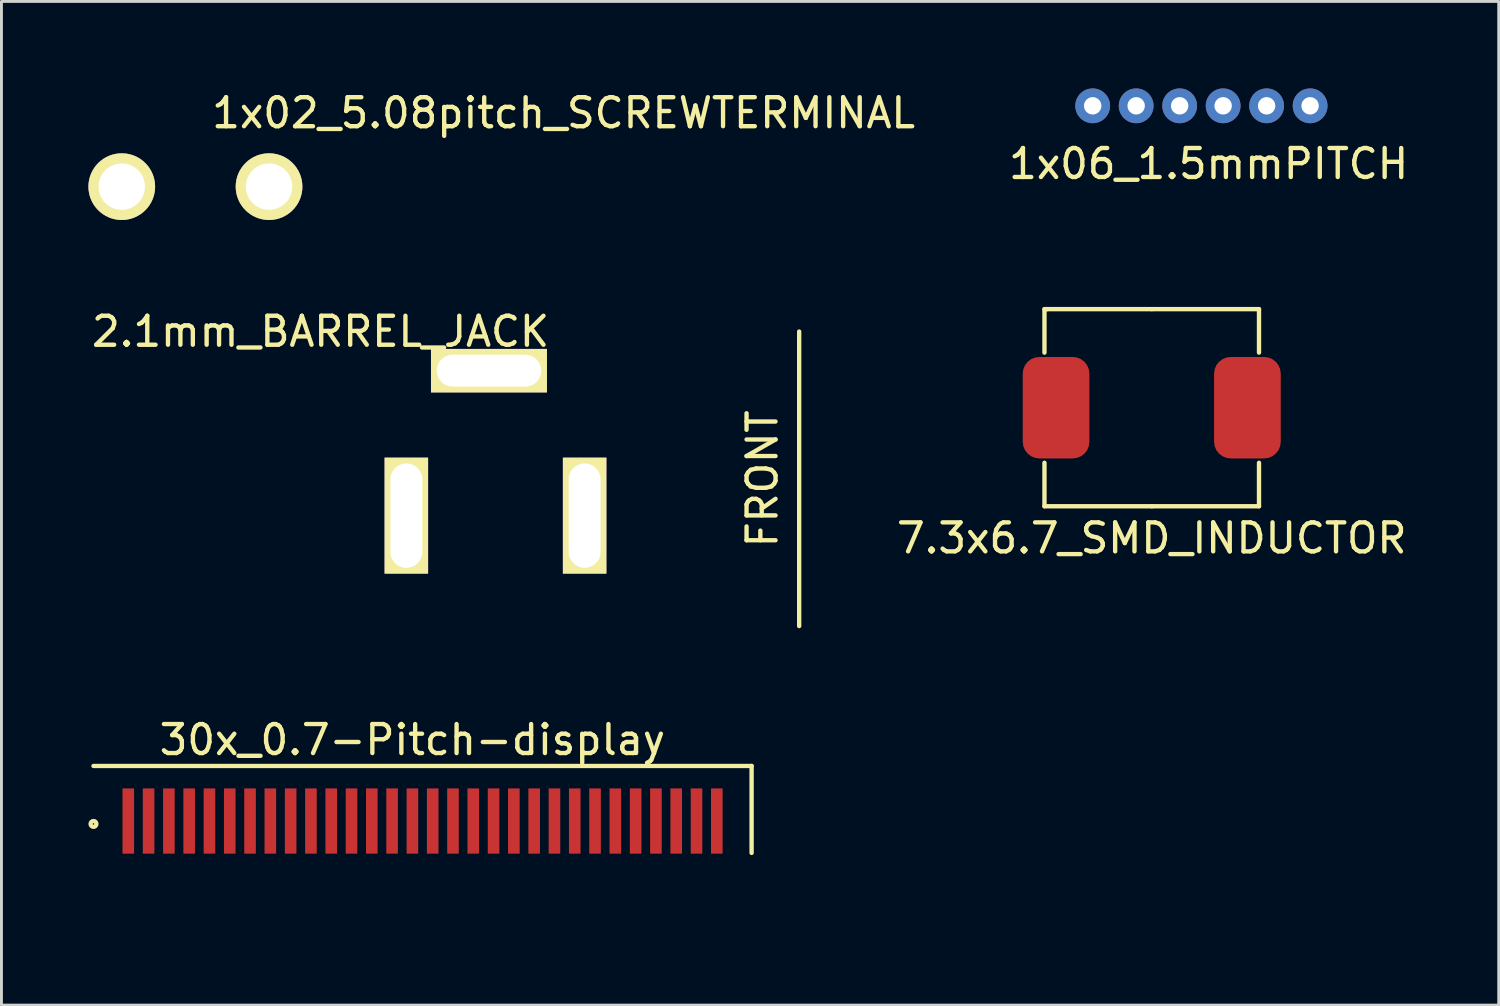
<source format=kicad_pcb>
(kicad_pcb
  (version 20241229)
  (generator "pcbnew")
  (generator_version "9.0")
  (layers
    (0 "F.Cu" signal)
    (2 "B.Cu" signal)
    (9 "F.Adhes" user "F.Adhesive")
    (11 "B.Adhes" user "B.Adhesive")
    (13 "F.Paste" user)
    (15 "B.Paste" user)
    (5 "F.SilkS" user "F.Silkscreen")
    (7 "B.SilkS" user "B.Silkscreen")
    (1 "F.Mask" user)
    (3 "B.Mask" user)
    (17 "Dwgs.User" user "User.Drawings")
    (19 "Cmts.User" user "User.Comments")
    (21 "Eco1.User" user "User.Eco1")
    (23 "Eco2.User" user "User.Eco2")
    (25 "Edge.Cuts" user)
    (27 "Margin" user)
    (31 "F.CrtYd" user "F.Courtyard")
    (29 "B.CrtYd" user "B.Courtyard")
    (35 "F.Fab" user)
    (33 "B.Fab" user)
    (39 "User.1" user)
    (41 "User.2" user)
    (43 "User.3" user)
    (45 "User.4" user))
  (footprint "1x06_1.5mmPITCH"
    (layer "F.Cu")
    (at 38.64 1.1)
    (property "Reference" "1x06_1.5mmPITCH" (at 0 1.5 0) (layer "F.SilkS") (effects (font (size 1 1) (thickness 0.15))))
    (attr through_hole)
    (pad "1" thru_hole circle (at -4 -0.5) (size 1.2 1.2) (drill 0.6) (layers "*.Cu" "*.Mask"))
    (pad "2" thru_hole circle (at -2.5 -0.5) (size 1.2 1.2) (drill 0.6) (layers "*.Cu" "*.Mask"))
    (pad "3" thru_hole circle (at -1 -0.5) (size 1.2 1.2) (drill 0.6) (layers "*.Cu" "*.Mask"))
    (pad "4" thru_hole circle (at 0.5 -0.5) (size 1.2 1.2) (drill 0.6) (layers "*.Cu" "*.Mask"))
    (pad "5" thru_hole circle (at 2 -0.5) (size 1.2 1.2) (drill 0.6) (layers "*.Cu" "*.Mask"))
    (pad "6" thru_hole circle (at 3.5 -0.5) (size 1.2 1.2) (drill 0.6) (layers "*.Cu" "*.Mask")))
  (footprint "2.1mm_BARREL_JACK"
    (layer "F.Cu")
    (at 24.516 14.736)
    (property "Reference" "2.1mm_BARREL_JACK" (at -16.51 -6.35 0) (layer "F.SilkS") (effects (font (size 1 1) (thickness 0.15))))
    (attr through_hole)
    (fp_line (start 0 -6.35) (end 0 3.81) (stroke (width 0.15) (type solid)) (layer "F.SilkS"))
    (fp_text user "FRONT" (at -1.27 -1.27 90) (layer "F.SilkS") (effects (font (size 1 1) (thickness 0.15))))
    (pad "1" thru_hole rect (at -13.55 0) (size 1.5 4) (drill oval 1.1 3.6) (layers "*.Cu" "*.Mask" "F.SilkS"))
    (pad "2" thru_hole rect (at -7.4 0) (size 1.5 4) (drill oval 1.1 3.6) (layers "*.Cu" "*.Mask" "F.SilkS"))
    (pad "3" thru_hole rect (at -10.7 -5 90) (size 1.5 4) (drill oval 1.1 3.6) (layers "*.Cu" "*.Mask" "F.SilkS")))
  (footprint "7.3x6.7_SMD_INDUCTOR"
    (layer "F.Cu")
    (at 36.677 11.013)
    (property "Reference" "7.3x6.7_SMD_INDUCTOR" (at 0 4.5 0) (layer "F.SilkS") (effects (font (size 1 1) (thickness 0.15))))
    (attr through_hole)
    (fp_line (start -3.7 -3.4) (end -3.7 -1.9) (stroke (width 0.15) (type solid)) (layer "F.SilkS"))
    (fp_line (start -3.7 3.4) (end -3.7 1.9) (stroke (width 0.15) (type solid)) (layer "F.SilkS"))
    (fp_line (start -3.6 -3.4) (end -3.7 -3.4) (stroke (width 0.15) (type solid)) (layer "F.SilkS"))
    (fp_line (start 0 -3.4) (end -3.6 -3.4) (stroke (width 0.15) (type solid)) (layer "F.SilkS"))
    (fp_line (start 0 -3.4) (end 3.7 -3.4) (stroke (width 0.15) (type solid)) (layer "F.SilkS"))
    (fp_line (start 0 3.4) (end -3.7 3.4) (stroke (width 0.15) (type solid)) (layer "F.SilkS"))
    (fp_line (start 0 3.4) (end 3.7 3.4) (stroke (width 0.15) (type solid)) (layer "F.SilkS"))
    (fp_line (start 3.7 -3.4) (end 3.7 -1.9) (stroke (width 0.15) (type solid)) (layer "F.SilkS"))
    (fp_line (start 3.7 3.4) (end 3.7 1.9) (stroke (width 0.15) (type solid)) (layer "F.SilkS"))
    (pad "1" smd roundrect (at -3.3 0) (size 2.3 3.5) (layers "F.Cu" "F.Mask" "F.Paste") (roundrect_rratio 0.25))
    (pad "2" smd roundrect (at 3.3 0) (size 2.3 3.5) (layers "F.Cu" "F.Mask" "F.Paste") (roundrect_rratio 0.25)))
  (footprint "1x02_5.08pitch_SCREWTERMINAL"
    (layer "F.Cu")
    (at 3.69 3.388)
    (property "Reference" "1x02_5.08pitch_SCREWTERMINAL" (at 12.7 -2.54 0) (layer "F.SilkS") (effects (font (size 1 1) (thickness 0.15))))
    (attr through_hole)
    (pad "1" thru_hole circle (at -2.54 0) (size 2.3 2.3) (drill 1.6) (layers "*.Cu" "*.Mask" "F.SilkS"))
    (pad "2" thru_hole circle (at 2.54 0) (size 2.3 2.3) (drill 1.6) (layers "*.Cu" "*.Mask" "F.SilkS")))
  (footprint "30x_0.7-Pitch-display"
    (layer "F.Cu")
    (at 11.175 28.37)
    (property "Reference" "30x_0.7-Pitch-display" (at 0 -5.9 0) (layer "F.SilkS") (effects (font (size 1 1) (thickness 0.15))))
    (attr through_hole)
    (fp_line (start 11.7 -5) (end -11 -5) (stroke (width 0.15) (type solid)) (layer "F.SilkS"))
    (fp_line (start 11.7 -5) (end 11.7 -2) (stroke (width 0.15) (type solid)) (layer "F.SilkS"))
    (fp_circle (center -11 -3) (end -11 -2.9) (stroke (width 0.15) (type solid)) (fill no) (layer "F.SilkS"))
    (pad "1" smd rect (at -9.8 -3.1) (size 0.4 2.25) (layers "F.Cu" "F.Mask" "F.Paste"))
    (pad "2" smd rect (at -9.1 -3.1) (size 0.4 2.25) (layers "F.Cu" "F.Mask" "F.Paste"))
    (pad "3" smd rect (at -8.4 -3.1) (size 0.4 2.25) (layers "F.Cu" "F.Mask" "F.Paste"))
    (pad "4" smd rect (at -7.7 -3.1) (size 0.4 2.25) (layers "F.Cu" "F.Mask" "F.Paste"))
    (pad "5" smd rect (at -7 -3.1) (size 0.4 2.25) (layers "F.Cu" "F.Mask" "F.Paste"))
    (pad "6" smd rect (at -6.3 -3.1) (size 0.4 2.25) (layers "F.Cu" "F.Mask" "F.Paste"))
    (pad "7" smd rect (at -5.6 -3.1) (size 0.4 2.25) (layers "F.Cu" "F.Mask" "F.Paste"))
    (pad "8" smd rect (at -4.9 -3.1) (size 0.4 2.25) (layers "F.Cu" "F.Mask" "F.Paste"))
    (pad "9" smd rect (at -4.2 -3.1) (size 0.4 2.25) (layers "F.Cu" "F.Mask" "F.Paste"))
    (pad "10" smd rect (at -3.5 -3.1) (size 0.4 2.25) (layers "F.Cu" "F.Mask" "F.Paste"))
    (pad "11" smd rect (at -2.8 -3.1) (size 0.4 2.25) (layers "F.Cu" "F.Mask" "F.Paste"))
    (pad "12" smd rect (at -2.1 -3.1) (size 0.4 2.25) (layers "F.Cu" "F.Mask" "F.Paste"))
    (pad "13" smd rect (at -1.4 -3.1) (size 0.4 2.25) (layers "F.Cu" "F.Mask" "F.Paste"))
    (pad "14" smd rect (at -0.7 -3.1) (size 0.4 2.25) (layers "F.Cu" "F.Mask" "F.Paste"))
    (pad "15" smd rect (at 0 -3.1) (size 0.4 2.25) (layers "F.Cu" "F.Mask" "F.Paste"))
    (pad "16" smd rect (at 0.7 -3.1) (size 0.4 2.25) (layers "F.Cu" "F.Mask" "F.Paste"))
    (pad "17" smd rect (at 1.4 -3.1) (size 0.4 2.25) (layers "F.Cu" "F.Mask" "F.Paste"))
    (pad "18" smd rect (at 2.1 -3.1) (size 0.4 2.25) (layers "F.Cu" "F.Mask" "F.Paste"))
    (pad "19" smd rect (at 2.8 -3.1) (size 0.4 2.25) (layers "F.Cu" "F.Mask" "F.Paste"))
    (pad "20" smd rect (at 3.5 -3.1) (size 0.4 2.25) (layers "F.Cu" "F.Mask" "F.Paste"))
    (pad "21" smd rect (at 4.2 -3.1) (size 0.4 2.25) (layers "F.Cu" "F.Mask" "F.Paste"))
    (pad "22" smd rect (at 4.9 -3.1) (size 0.4 2.25) (layers "F.Cu" "F.Mask" "F.Paste"))
    (pad "23" smd rect (at 5.6 -3.1) (size 0.4 2.25) (layers "F.Cu" "F.Mask" "F.Paste"))
    (pad "24" smd rect (at 6.3 -3.1) (size 0.4 2.25) (layers "F.Cu" "F.Mask" "F.Paste"))
    (pad "25" smd rect (at 7 -3.1) (size 0.4 2.25) (layers "F.Cu" "F.Mask" "F.Paste"))
    (pad "26" smd rect (at 7.7 -3.1) (size 0.4 2.25) (layers "F.Cu" "F.Mask" "F.Paste"))
    (pad "27" smd rect (at 8.4 -3.1) (size 0.4 2.25) (layers "F.Cu" "F.Mask" "F.Paste"))
    (pad "28" smd rect (at 9.1 -3.1) (size 0.4 2.25) (layers "F.Cu" "F.Mask" "F.Paste"))
    (pad "29" smd rect (at 9.8 -3.1) (size 0.4 2.25) (layers "F.Cu" "F.Mask" "F.Paste"))
    (pad "30" smd rect (at 10.5 -3.1) (size 0.4 2.25) (layers "F.Cu" "F.Mask" "F.Paste")))
  (gr_rect
    (start -3 -3)
    (end 48.646 31.62)
    (stroke (width 0.1) (type default))
    (fill no)
    (layer "Edge.Cuts")))
</source>
